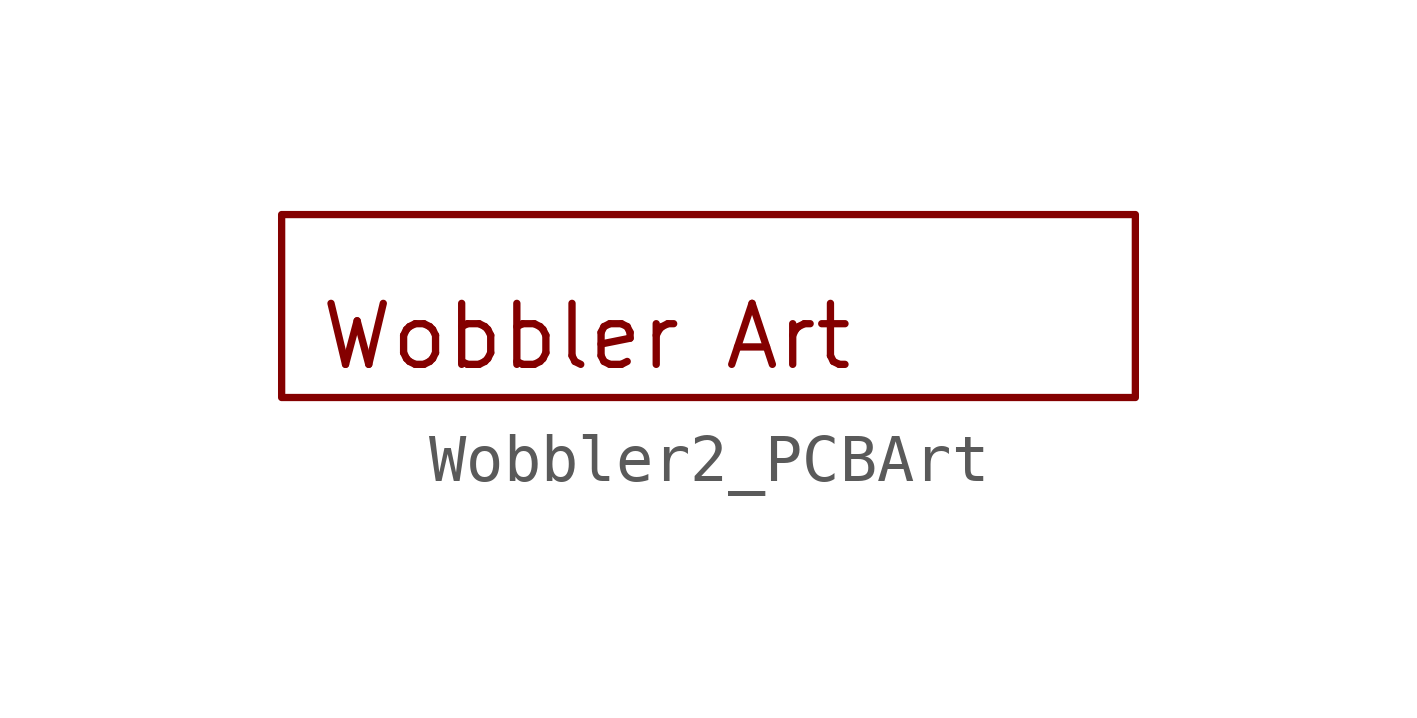
<source format=kicad_sym>
(kicad_symbol_lib
  (version 20211014)
  (generator kicad_symbol_editor)
  (symbol "Wobbler2_PCBArt"
    (property "Reference" "A"
      (at 0 0 0)
      (effects (font (size 1.27 1.27)) hide))
    (symbol "Wobbler2_PCBArt_0_0"
      (text "Wobbler Art" (at -2.54 0 0) (effects (font (size 1.27 1.27)))))
    (symbol "Wobbler2_PCBArt_0_1"
      (rectangle (start -8.89 2.54) (end 8.89 -1.27) (stroke (width 0.152) (type default) (color 0 0 0 0)) (fill (type none))))))
</source>
